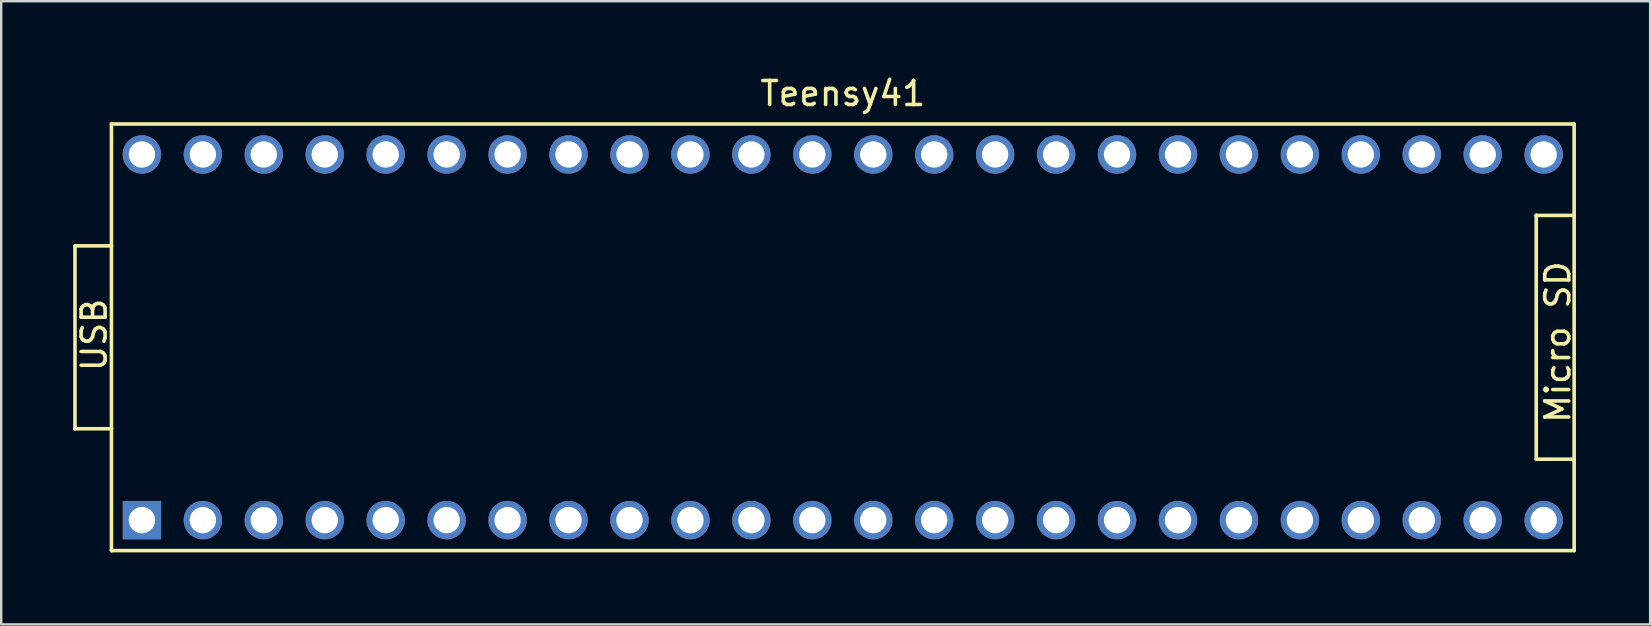
<source format=kicad_pcb>
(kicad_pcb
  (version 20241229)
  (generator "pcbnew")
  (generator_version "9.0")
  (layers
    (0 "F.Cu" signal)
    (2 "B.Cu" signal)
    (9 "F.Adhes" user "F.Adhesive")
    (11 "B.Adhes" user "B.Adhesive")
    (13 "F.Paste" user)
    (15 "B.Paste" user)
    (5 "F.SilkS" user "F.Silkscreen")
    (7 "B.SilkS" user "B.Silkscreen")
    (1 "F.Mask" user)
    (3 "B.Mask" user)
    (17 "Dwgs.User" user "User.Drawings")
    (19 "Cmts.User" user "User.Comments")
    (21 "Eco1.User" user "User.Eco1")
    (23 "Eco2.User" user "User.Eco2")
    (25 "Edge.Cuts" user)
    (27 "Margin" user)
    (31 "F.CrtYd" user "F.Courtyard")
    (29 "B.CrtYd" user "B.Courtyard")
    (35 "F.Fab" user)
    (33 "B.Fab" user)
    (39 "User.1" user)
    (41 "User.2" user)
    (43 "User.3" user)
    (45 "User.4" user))
  (footprint "Teensy41"
    (layer "F.Cu")
    (at 32.075 11.008)
    (property "Reference" "Teensy41" (at 0 -10.16 0) (layer "F.SilkS") (effects (font (size 1 1) (thickness 0.15))))
    (attr through_hole)
    (fp_line (start -32 -3.81) (end -30.48 -3.81) (stroke (width 0.15) (type solid)) (layer "F.SilkS"))
    (fp_line (start -32 3.81) (end -32 -3.81) (stroke (width 0.15) (type solid)) (layer "F.SilkS"))
    (fp_line (start -30.48 -8.89) (end 30.48 -8.89) (stroke (width 0.15) (type solid)) (layer "F.SilkS"))
    (fp_line (start -30.48 3.81) (end -32 3.81) (stroke (width 0.15) (type solid)) (layer "F.SilkS"))
    (fp_line (start -30.48 8.89) (end -30.48 -8.89) (stroke (width 0.15) (type solid)) (layer "F.SilkS"))
    (fp_line (start 28.9 -5.08) (end 28.9 5.08) (stroke (width 0.15) (type solid)) (layer "F.SilkS"))
    (fp_line (start 28.9 5.08) (end 30.48 5.08) (stroke (width 0.15) (type solid)) (layer "F.SilkS"))
    (fp_line (start 30.48 -8.89) (end 30.48 8.89) (stroke (width 0.15) (type solid)) (layer "F.SilkS"))
    (fp_line (start 30.48 -5.08) (end 28.9 -5.08) (stroke (width 0.15) (type solid)) (layer "F.SilkS"))
    (fp_line (start 30.48 8.89) (end -30.48 8.89) (stroke (width 0.15) (type solid)) (layer "F.SilkS"))
    (fp_text user "Micro SD" (at 29.8 0.2 90) (layer "F.SilkS") (effects (font (size 1 1) (thickness 0.15))))
    (fp_text user "USB" (at -31.2 -0.1 270) (layer "F.SilkS") (effects (font (size 1 1) (thickness 0.15))))
    (pad "1" thru_hole rect (at -29.21 7.62) (size 1.6 1.6) (drill 1.1) (layers "*.Cu" "*.Mask"))
    (pad "2" thru_hole circle (at -26.67 7.62) (size 1.6 1.6) (drill 1.1) (layers "*.Cu" "*.Mask"))
    (pad "3" thru_hole circle (at -24.13 7.62) (size 1.6 1.6) (drill 1.1) (layers "*.Cu" "*.Mask"))
    (pad "4" thru_hole circle (at -21.59 7.62) (size 1.6 1.6) (drill 1.1) (layers "*.Cu" "*.Mask"))
    (pad "5" thru_hole circle (at -19.05 7.62) (size 1.6 1.6) (drill 1.1) (layers "*.Cu" "*.Mask"))
    (pad "6" thru_hole circle (at -16.51 7.62) (size 1.6 1.6) (drill 1.1) (layers "*.Cu" "*.Mask"))
    (pad "7" thru_hole circle (at -13.97 7.62) (size 1.6 1.6) (drill 1.1) (layers "*.Cu" "*.Mask"))
    (pad "8" thru_hole circle (at -11.43 7.62) (size 1.6 1.6) (drill 1.1) (layers "*.Cu" "*.Mask"))
    (pad "9" thru_hole circle (at -8.89 7.62) (size 1.6 1.6) (drill 1.1) (layers "*.Cu" "*.Mask"))
    (pad "10" thru_hole circle (at -6.35 7.62) (size 1.6 1.6) (drill 1.1) (layers "*.Cu" "*.Mask"))
    (pad "11" thru_hole circle (at -3.81 7.62) (size 1.6 1.6) (drill 1.1) (layers "*.Cu" "*.Mask"))
    (pad "12" thru_hole circle (at -1.27 7.62) (size 1.6 1.6) (drill 1.1) (layers "*.Cu" "*.Mask"))
    (pad "13" thru_hole circle (at 1.27 7.62) (size 1.6 1.6) (drill 1.1) (layers "*.Cu" "*.Mask"))
    (pad "14" thru_hole circle (at 3.81 7.62) (size 1.6 1.6) (drill 1.1) (layers "*.Cu" "*.Mask"))
    (pad "15" thru_hole circle (at 6.35 7.62) (size 1.6 1.6) (drill 1.1) (layers "*.Cu" "*.Mask"))
    (pad "16" thru_hole circle (at 8.89 7.62) (size 1.6 1.6) (drill 1.1) (layers "*.Cu" "*.Mask"))
    (pad "17" thru_hole circle (at 11.43 7.62) (size 1.6 1.6) (drill 1.1) (layers "*.Cu" "*.Mask"))
    (pad "18" thru_hole circle (at 13.97 7.62) (size 1.6 1.6) (drill 1.1) (layers "*.Cu" "*.Mask"))
    (pad "19" thru_hole circle (at 16.51 7.62) (size 1.6 1.6) (drill 1.1) (layers "*.Cu" "*.Mask"))
    (pad "20" thru_hole circle (at 19.05 7.62) (size 1.6 1.6) (drill 1.1) (layers "*.Cu" "*.Mask"))
    (pad "21" thru_hole circle (at 21.59 7.62) (size 1.6 1.6) (drill 1.1) (layers "*.Cu" "*.Mask"))
    (pad "22" thru_hole circle (at 24.13 7.62) (size 1.6 1.6) (drill 1.1) (layers "*.Cu" "*.Mask"))
    (pad "23" thru_hole circle (at 26.67 7.62) (size 1.6 1.6) (drill 1.1) (layers "*.Cu" "*.Mask"))
    (pad "24" thru_hole circle (at 29.21 7.62) (size 1.6 1.6) (drill 1.1) (layers "*.Cu" "*.Mask"))
    (pad "25" thru_hole circle (at 29.21 -7.62) (size 1.6 1.6) (drill 1.1) (layers "*.Cu" "*.Mask"))
    (pad "26" thru_hole circle (at 26.67 -7.62) (size 1.6 1.6) (drill 1.1) (layers "*.Cu" "*.Mask"))
    (pad "27" thru_hole circle (at 24.13 -7.62) (size 1.6 1.6) (drill 1.1) (layers "*.Cu" "*.Mask"))
    (pad "28" thru_hole circle (at 21.59 -7.62) (size 1.6 1.6) (drill 1.1) (layers "*.Cu" "*.Mask"))
    (pad "29" thru_hole circle (at 19.05 -7.62) (size 1.6 1.6) (drill 1.1) (layers "*.Cu" "*.Mask"))
    (pad "30" thru_hole circle (at 16.51 -7.62) (size 1.6 1.6) (drill 1.1) (layers "*.Cu" "*.Mask"))
    (pad "31" thru_hole circle (at 13.97 -7.62) (size 1.6 1.6) (drill 1.1) (layers "*.Cu" "*.Mask"))
    (pad "32" thru_hole circle (at 11.43 -7.62) (size 1.6 1.6) (drill 1.1) (layers "*.Cu" "*.Mask"))
    (pad "33" thru_hole circle (at 8.89 -7.62) (size 1.6 1.6) (drill 1.1) (layers "*.Cu" "*.Mask"))
    (pad "34" thru_hole circle (at 6.35 -7.62) (size 1.6 1.6) (drill 1.1) (layers "*.Cu" "*.Mask"))
    (pad "35" thru_hole circle (at 3.81 -7.62) (size 1.6 1.6) (drill 1.1) (layers "*.Cu" "*.Mask"))
    (pad "36" thru_hole circle (at 1.27 -7.62) (size 1.6 1.6) (drill 1.1) (layers "*.Cu" "*.Mask"))
    (pad "37" thru_hole circle (at -1.27 -7.62) (size 1.6 1.6) (drill 1.1) (layers "*.Cu" "*.Mask"))
    (pad "38" thru_hole circle (at -3.81 -7.62) (size 1.6 1.6) (drill 1.1) (layers "*.Cu" "*.Mask"))
    (pad "39" thru_hole circle (at -6.35 -7.62) (size 1.6 1.6) (drill 1.1) (layers "*.Cu" "*.Mask"))
    (pad "40" thru_hole circle (at -8.89 -7.62) (size 1.6 1.6) (drill 1.1) (layers "*.Cu" "*.Mask"))
    (pad "41" thru_hole circle (at -11.43 -7.62) (size 1.6 1.6) (drill 1.1) (layers "*.Cu" "*.Mask"))
    (pad "42" thru_hole circle (at -13.97 -7.62) (size 1.6 1.6) (drill 1.1) (layers "*.Cu" "*.Mask"))
    (pad "43" thru_hole circle (at -16.51 -7.62) (size 1.6 1.6) (drill 1.1) (layers "*.Cu" "*.Mask"))
    (pad "44" thru_hole circle (at -19.05 -7.62) (size 1.6 1.6) (drill 1.1) (layers "*.Cu" "*.Mask"))
    (pad "45" thru_hole circle (at -21.59 -7.62) (size 1.6 1.6) (drill 1.1) (layers "*.Cu" "*.Mask"))
    (pad "46" thru_hole circle (at -24.13 -7.62) (size 1.6 1.6) (drill 1.1) (layers "*.Cu" "*.Mask"))
    (pad "47" thru_hole circle (at -26.67 -7.62) (size 1.6 1.6) (drill 1.1) (layers "*.Cu" "*.Mask"))
    (pad "48" thru_hole circle (at -29.21 -7.62) (size 1.6 1.6) (drill 1.1) (layers "*.Cu" "*.Mask")))
  (gr_rect
    (start -3 -3)
    (end 65.723 22.973)
    (stroke (width 0.1) (type default))
    (fill no)
    (layer "Edge.Cuts")))
</source>
